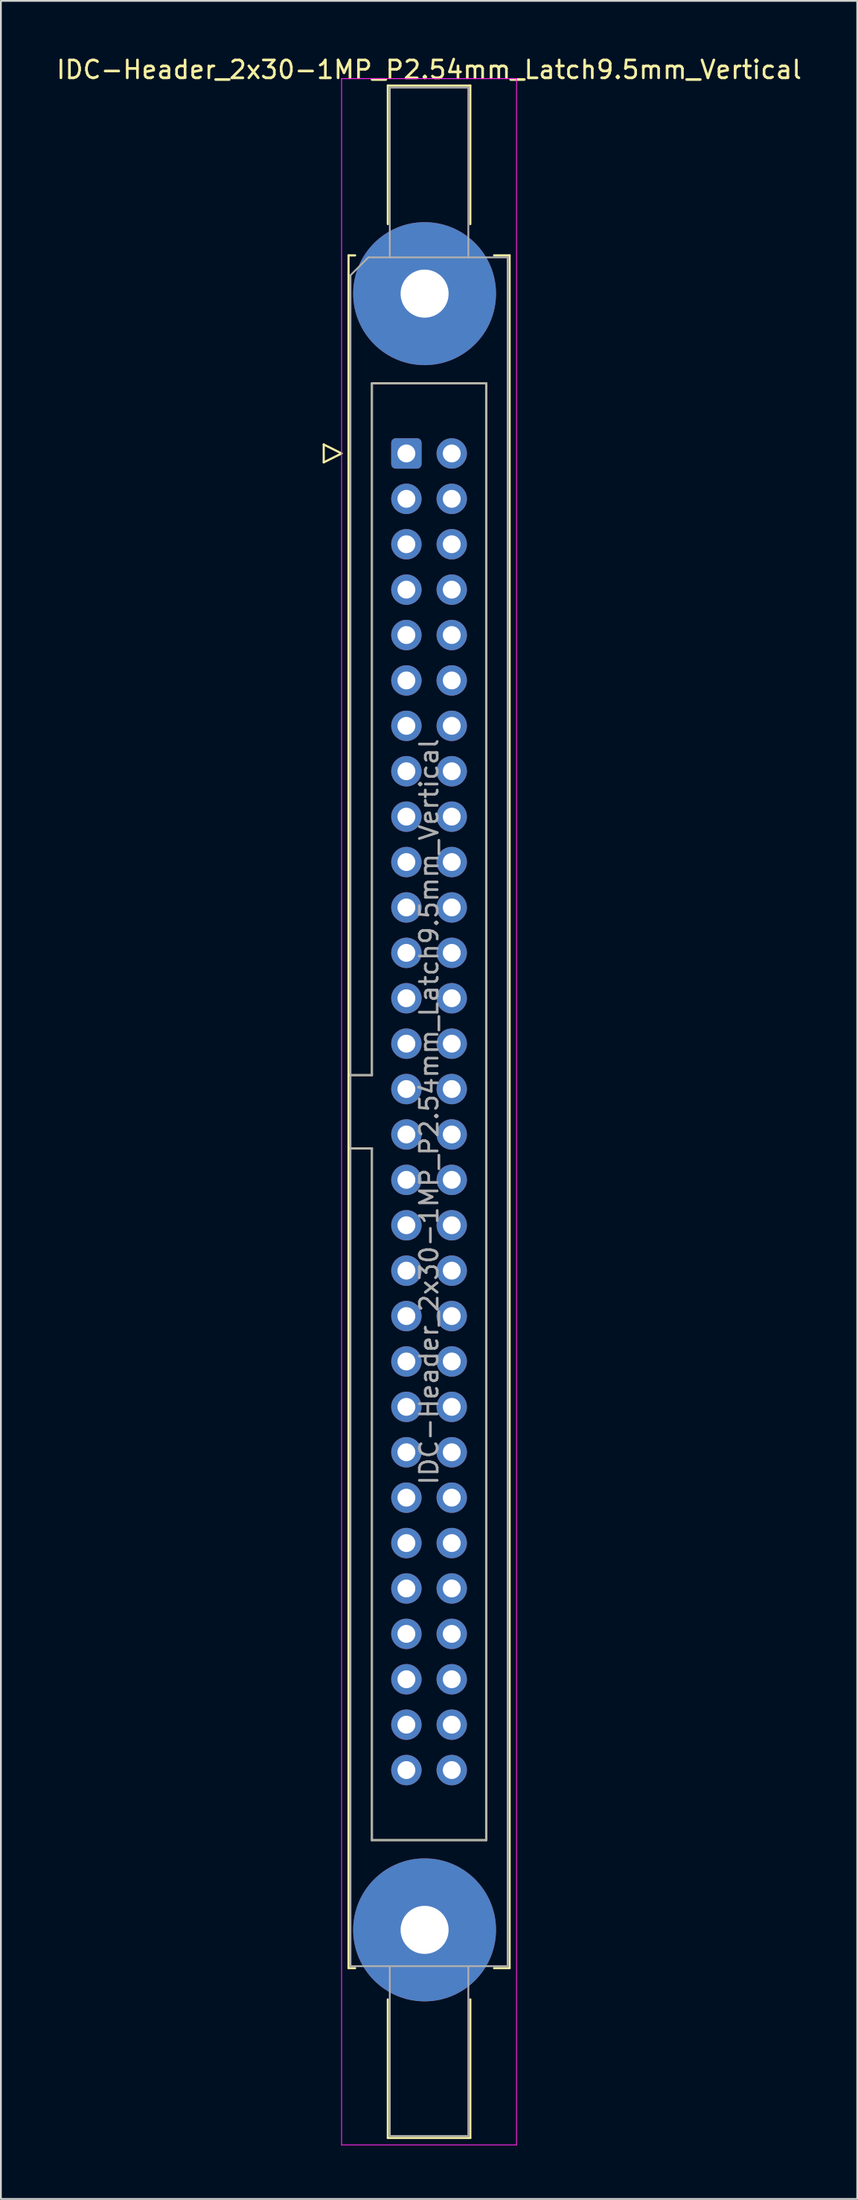
<source format=kicad_pcb>
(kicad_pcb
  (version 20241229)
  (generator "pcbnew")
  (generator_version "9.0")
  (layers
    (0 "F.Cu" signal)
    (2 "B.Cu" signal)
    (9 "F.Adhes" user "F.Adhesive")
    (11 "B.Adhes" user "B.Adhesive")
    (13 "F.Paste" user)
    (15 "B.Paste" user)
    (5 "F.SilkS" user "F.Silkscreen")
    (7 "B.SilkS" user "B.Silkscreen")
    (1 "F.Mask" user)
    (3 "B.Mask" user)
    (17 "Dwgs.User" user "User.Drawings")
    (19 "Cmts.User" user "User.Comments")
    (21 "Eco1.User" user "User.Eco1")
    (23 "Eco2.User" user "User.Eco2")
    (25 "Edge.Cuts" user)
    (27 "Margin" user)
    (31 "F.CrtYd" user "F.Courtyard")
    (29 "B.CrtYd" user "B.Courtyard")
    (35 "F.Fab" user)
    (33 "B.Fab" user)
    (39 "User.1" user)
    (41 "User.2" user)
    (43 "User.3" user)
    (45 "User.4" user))
  (footprint "IDC-Header_2x30-1MP_P2.54mm_Latch9.5mm_Vertical"
    (layer "F.Cu")
    (at 19.712 22.318)
    (property "Reference" "IDC-Header_2x30-1MP_P2.54mm_Latch9.5mm_Vertical" (at 1.27 -21.47 0) (layer "F.SilkS") (effects (font (size 1 1) (thickness 0.15))))
    (attr through_hole)
    (fp_line (start -4.63 -0.5) (end -4.63 0.5) (stroke (width 0.12) (type solid)) (layer "F.SilkS"))
    (fp_line (start -4.63 0.5) (end -3.63 0) (stroke (width 0.12) (type solid)) (layer "F.SilkS"))
    (fp_line (start -3.63 0) (end -4.63 -0.5) (stroke (width 0.12) (type solid)) (layer "F.SilkS"))
    (fp_line (start -3.24 -11.08) (end -3.24 84.74) (stroke (width 0.12) (type solid)) (layer "F.SilkS"))
    (fp_line (start -3.24 34.78) (end -1.93 34.78) (stroke (width 0.12) (type solid)) (layer "F.SilkS"))
    (fp_line (start -3.24 84.74) (end -2.87 84.74) (stroke (width 0.12) (type solid)) (layer "F.SilkS"))
    (fp_line (start -2.87 -11.08) (end -3.24 -11.08) (stroke (width 0.12) (type solid)) (layer "F.SilkS"))
    (fp_line (start -1.93 -3.92) (end 4.47 -3.92) (stroke (width 0.12) (type solid)) (layer "F.SilkS"))
    (fp_line (start -1.93 34.78) (end -1.93 -3.92) (stroke (width 0.12) (type solid)) (layer "F.SilkS"))
    (fp_line (start -1.93 38.88) (end -3.24 38.88) (stroke (width 0.12) (type solid)) (layer "F.SilkS"))
    (fp_line (start -1.93 38.88) (end -1.93 38.88) (stroke (width 0.12) (type solid)) (layer "F.SilkS"))
    (fp_line (start -1.93 77.58) (end -1.93 38.88) (stroke (width 0.12) (type solid)) (layer "F.SilkS"))
    (fp_line (start -1.04 -20.58) (end 3.58 -20.58) (stroke (width 0.12) (type solid)) (layer "F.SilkS"))
    (fp_line (start -1.04 -12.83) (end -1.04 -20.58) (stroke (width 0.12) (type solid)) (layer "F.SilkS"))
    (fp_line (start -1.04 86.49) (end -1.04 94.24) (stroke (width 0.12) (type solid)) (layer "F.SilkS"))
    (fp_line (start -1.04 94.24) (end 3.58 94.24) (stroke (width 0.12) (type solid)) (layer "F.SilkS"))
    (fp_line (start 3.58 -20.58) (end 3.58 -12.83) (stroke (width 0.12) (type solid)) (layer "F.SilkS"))
    (fp_line (start 3.58 94.24) (end 3.58 86.49) (stroke (width 0.12) (type solid)) (layer "F.SilkS"))
    (fp_line (start 4.47 -3.92) (end 4.47 77.58) (stroke (width 0.12) (type solid)) (layer "F.SilkS"))
    (fp_line (start 4.47 77.58) (end -1.93 77.58) (stroke (width 0.12) (type solid)) (layer "F.SilkS"))
    (fp_line (start 4.91 -11.08) (end 5.78 -11.08) (stroke (width 0.12) (type solid)) (layer "F.SilkS"))
    (fp_line (start 5.78 -11.08) (end 5.78 84.74) (stroke (width 0.12) (type solid)) (layer "F.SilkS"))
    (fp_line (start 5.78 84.74) (end 4.91 84.74) (stroke (width 0.12) (type solid)) (layer "F.SilkS"))
    (fp_line (start -3.63 -20.97) (end -3.63 94.63) (stroke (width 0.05) (type solid)) (layer "F.CrtYd"))
    (fp_line (start -3.63 94.63) (end 6.17 94.63) (stroke (width 0.05) (type solid)) (layer "F.CrtYd"))
    (fp_line (start 6.17 -20.97) (end -3.63 -20.97) (stroke (width 0.05) (type solid)) (layer "F.CrtYd"))
    (fp_line (start 6.17 94.63) (end 6.17 -20.97) (stroke (width 0.05) (type solid)) (layer "F.CrtYd"))
    (fp_line (start -3.13 -9.97) (end -2.13 -10.97) (stroke (width 0.1) (type solid)) (layer "F.Fab"))
    (fp_line (start -3.13 34.78) (end -1.93 34.78) (stroke (width 0.1) (type solid)) (layer "F.Fab"))
    (fp_line (start -3.13 84.63) (end -3.13 -9.97) (stroke (width 0.1) (type solid)) (layer "F.Fab"))
    (fp_line (start -2.13 -10.97) (end 5.67 -10.97) (stroke (width 0.1) (type solid)) (layer "F.Fab"))
    (fp_line (start -1.93 -3.92) (end 4.47 -3.92) (stroke (width 0.1) (type solid)) (layer "F.Fab"))
    (fp_line (start -1.93 34.78) (end -1.93 -3.92) (stroke (width 0.1) (type solid)) (layer "F.Fab"))
    (fp_line (start -1.93 38.88) (end -3.13 38.88) (stroke (width 0.1) (type solid)) (layer "F.Fab"))
    (fp_line (start -1.93 38.88) (end -1.93 38.88) (stroke (width 0.1) (type solid)) (layer "F.Fab"))
    (fp_line (start -1.93 77.58) (end -1.93 38.88) (stroke (width 0.1) (type solid)) (layer "F.Fab"))
    (fp_line (start -0.93 -20.47) (end 3.47 -20.47) (stroke (width 0.1) (type solid)) (layer "F.Fab"))
    (fp_line (start -0.93 -10.97) (end -0.93 -20.47) (stroke (width 0.1) (type solid)) (layer "F.Fab"))
    (fp_line (start -0.93 84.63) (end -0.93 94.13) (stroke (width 0.1) (type solid)) (layer "F.Fab"))
    (fp_line (start -0.93 94.13) (end 3.47 94.13) (stroke (width 0.1) (type solid)) (layer "F.Fab"))
    (fp_line (start 3.47 -20.47) (end 3.47 -10.97) (stroke (width 0.1) (type solid)) (layer "F.Fab"))
    (fp_line (start 3.47 94.13) (end 3.47 84.63) (stroke (width 0.1) (type solid)) (layer "F.Fab"))
    (fp_line (start 4.47 -3.92) (end 4.47 77.58) (stroke (width 0.1) (type solid)) (layer "F.Fab"))
    (fp_line (start 4.47 77.58) (end -1.93 77.58) (stroke (width 0.1) (type solid)) (layer "F.Fab"))
    (fp_line (start 5.67 -10.97) (end 5.67 84.63) (stroke (width 0.1) (type solid)) (layer "F.Fab"))
    (fp_line (start 5.67 84.63) (end -3.13 84.63) (stroke (width 0.1) (type solid)) (layer "F.Fab"))
    (fp_text user "${REFERENCE}" (at 1.27 36.83 90) (layer "F.Fab") (effects (font (size 1 1) (thickness 0.15))))
    (pad "1" thru_hole roundrect (at 0 0) (size 1.7 1.7) (drill 1) (layers "*.Cu" "*.Mask") (roundrect_rratio 0.147))
    (pad "2" thru_hole circle (at 2.54 0) (size 1.7 1.7) (drill 1) (layers "*.Cu" "*.Mask"))
    (pad "3" thru_hole circle (at 0 2.54) (size 1.7 1.7) (drill 1) (layers "*.Cu" "*.Mask"))
    (pad "4" thru_hole circle (at 2.54 2.54) (size 1.7 1.7) (drill 1) (layers "*.Cu" "*.Mask"))
    (pad "5" thru_hole circle (at 0 5.08) (size 1.7 1.7) (drill 1) (layers "*.Cu" "*.Mask"))
    (pad "6" thru_hole circle (at 2.54 5.08) (size 1.7 1.7) (drill 1) (layers "*.Cu" "*.Mask"))
    (pad "7" thru_hole circle (at 0 7.62) (size 1.7 1.7) (drill 1) (layers "*.Cu" "*.Mask"))
    (pad "8" thru_hole circle (at 2.54 7.62) (size 1.7 1.7) (drill 1) (layers "*.Cu" "*.Mask"))
    (pad "9" thru_hole circle (at 0 10.16) (size 1.7 1.7) (drill 1) (layers "*.Cu" "*.Mask"))
    (pad "10" thru_hole circle (at 2.54 10.16) (size 1.7 1.7) (drill 1) (layers "*.Cu" "*.Mask"))
    (pad "11" thru_hole circle (at 0 12.7) (size 1.7 1.7) (drill 1) (layers "*.Cu" "*.Mask"))
    (pad "12" thru_hole circle (at 2.54 12.7) (size 1.7 1.7) (drill 1) (layers "*.Cu" "*.Mask"))
    (pad "13" thru_hole circle (at 0 15.24) (size 1.7 1.7) (drill 1) (layers "*.Cu" "*.Mask"))
    (pad "14" thru_hole circle (at 2.54 15.24) (size 1.7 1.7) (drill 1) (layers "*.Cu" "*.Mask"))
    (pad "15" thru_hole circle (at 0 17.78) (size 1.7 1.7) (drill 1) (layers "*.Cu" "*.Mask"))
    (pad "16" thru_hole circle (at 2.54 17.78) (size 1.7 1.7) (drill 1) (layers "*.Cu" "*.Mask"))
    (pad "17" thru_hole circle (at 0 20.32) (size 1.7 1.7) (drill 1) (layers "*.Cu" "*.Mask"))
    (pad "18" thru_hole circle (at 2.54 20.32) (size 1.7 1.7) (drill 1) (layers "*.Cu" "*.Mask"))
    (pad "19" thru_hole circle (at 0 22.86) (size 1.7 1.7) (drill 1) (layers "*.Cu" "*.Mask"))
    (pad "20" thru_hole circle (at 2.54 22.86) (size 1.7 1.7) (drill 1) (layers "*.Cu" "*.Mask"))
    (pad "21" thru_hole circle (at 0 25.4) (size 1.7 1.7) (drill 1) (layers "*.Cu" "*.Mask"))
    (pad "22" thru_hole circle (at 2.54 25.4) (size 1.7 1.7) (drill 1) (layers "*.Cu" "*.Mask"))
    (pad "23" thru_hole circle (at 0 27.94) (size 1.7 1.7) (drill 1) (layers "*.Cu" "*.Mask"))
    (pad "24" thru_hole circle (at 2.54 27.94) (size 1.7 1.7) (drill 1) (layers "*.Cu" "*.Mask"))
    (pad "25" thru_hole circle (at 0 30.48) (size 1.7 1.7) (drill 1) (layers "*.Cu" "*.Mask"))
    (pad "26" thru_hole circle (at 2.54 30.48) (size 1.7 1.7) (drill 1) (layers "*.Cu" "*.Mask"))
    (pad "27" thru_hole circle (at 0 33.02) (size 1.7 1.7) (drill 1) (layers "*.Cu" "*.Mask"))
    (pad "28" thru_hole circle (at 2.54 33.02) (size 1.7 1.7) (drill 1) (layers "*.Cu" "*.Mask"))
    (pad "29" thru_hole circle (at 0 35.56) (size 1.7 1.7) (drill 1) (layers "*.Cu" "*.Mask"))
    (pad "30" thru_hole circle (at 2.54 35.56) (size 1.7 1.7) (drill 1) (layers "*.Cu" "*.Mask"))
    (pad "31" thru_hole circle (at 0 38.1) (size 1.7 1.7) (drill 1) (layers "*.Cu" "*.Mask"))
    (pad "32" thru_hole circle (at 2.54 38.1) (size 1.7 1.7) (drill 1) (layers "*.Cu" "*.Mask"))
    (pad "33" thru_hole circle (at 0 40.64) (size 1.7 1.7) (drill 1) (layers "*.Cu" "*.Mask"))
    (pad "34" thru_hole circle (at 2.54 40.64) (size 1.7 1.7) (drill 1) (layers "*.Cu" "*.Mask"))
    (pad "35" thru_hole circle (at 0 43.18) (size 1.7 1.7) (drill 1) (layers "*.Cu" "*.Mask"))
    (pad "36" thru_hole circle (at 2.54 43.18) (size 1.7 1.7) (drill 1) (layers "*.Cu" "*.Mask"))
    (pad "37" thru_hole circle (at 0 45.72) (size 1.7 1.7) (drill 1) (layers "*.Cu" "*.Mask"))
    (pad "38" thru_hole circle (at 2.54 45.72) (size 1.7 1.7) (drill 1) (layers "*.Cu" "*.Mask"))
    (pad "39" thru_hole circle (at 0 48.26) (size 1.7 1.7) (drill 1) (layers "*.Cu" "*.Mask"))
    (pad "40" thru_hole circle (at 2.54 48.26) (size 1.7 1.7) (drill 1) (layers "*.Cu" "*.Mask"))
    (pad "41" thru_hole circle (at 0 50.8) (size 1.7 1.7) (drill 1) (layers "*.Cu" "*.Mask"))
    (pad "42" thru_hole circle (at 2.54 50.8) (size 1.7 1.7) (drill 1) (layers "*.Cu" "*.Mask"))
    (pad "43" thru_hole circle (at 0 53.34) (size 1.7 1.7) (drill 1) (layers "*.Cu" "*.Mask"))
    (pad "44" thru_hole circle (at 2.54 53.34) (size 1.7 1.7) (drill 1) (layers "*.Cu" "*.Mask"))
    (pad "45" thru_hole circle (at 0 55.88) (size 1.7 1.7) (drill 1) (layers "*.Cu" "*.Mask"))
    (pad "46" thru_hole circle (at 2.54 55.88) (size 1.7 1.7) (drill 1) (layers "*.Cu" "*.Mask"))
    (pad "47" thru_hole circle (at 0 58.42) (size 1.7 1.7) (drill 1) (layers "*.Cu" "*.Mask"))
    (pad "48" thru_hole circle (at 2.54 58.42) (size 1.7 1.7) (drill 1) (layers "*.Cu" "*.Mask"))
    (pad "49" thru_hole circle (at 0 60.96) (size 1.7 1.7) (drill 1) (layers "*.Cu" "*.Mask"))
    (pad "50" thru_hole circle (at 2.54 60.96) (size 1.7 1.7) (drill 1) (layers "*.Cu" "*.Mask"))
    (pad "51" thru_hole circle (at 0 63.5) (size 1.7 1.7) (drill 1) (layers "*.Cu" "*.Mask"))
    (pad "52" thru_hole circle (at 2.54 63.5) (size 1.7 1.7) (drill 1) (layers "*.Cu" "*.Mask"))
    (pad "53" thru_hole circle (at 0 66.04) (size 1.7 1.7) (drill 1) (layers "*.Cu" "*.Mask"))
    (pad "54" thru_hole circle (at 2.54 66.04) (size 1.7 1.7) (drill 1) (layers "*.Cu" "*.Mask"))
    (pad "55" thru_hole circle (at 0 68.58) (size 1.7 1.7) (drill 1) (layers "*.Cu" "*.Mask"))
    (pad "56" thru_hole circle (at 2.54 68.58) (size 1.7 1.7) (drill 1) (layers "*.Cu" "*.Mask"))
    (pad "57" thru_hole circle (at 0 71.12) (size 1.7 1.7) (drill 1) (layers "*.Cu" "*.Mask"))
    (pad "58" thru_hole circle (at 2.54 71.12) (size 1.7 1.7) (drill 1) (layers "*.Cu" "*.Mask"))
    (pad "59" thru_hole circle (at 0 73.66) (size 1.7 1.7) (drill 1) (layers "*.Cu" "*.Mask"))
    (pad "60" thru_hole circle (at 2.54 73.66) (size 1.7 1.7) (drill 1) (layers "*.Cu" "*.Mask"))
    (pad "MP" thru_hole circle (at 1.02 -8.94) (size 8 8) (drill 2.69) (layers "*.Cu" "*.Mask"))
    (pad "MP" thru_hole circle (at 1.02 82.6) (size 8 8) (drill 2.69) (layers "*.Cu" "*.Mask")))
  (gr_rect
    (start -3 -3)
    (end 44.964 119.973)
    (stroke (width 0.1) (type default))
    (fill no)
    (layer "Edge.Cuts")))
</source>
